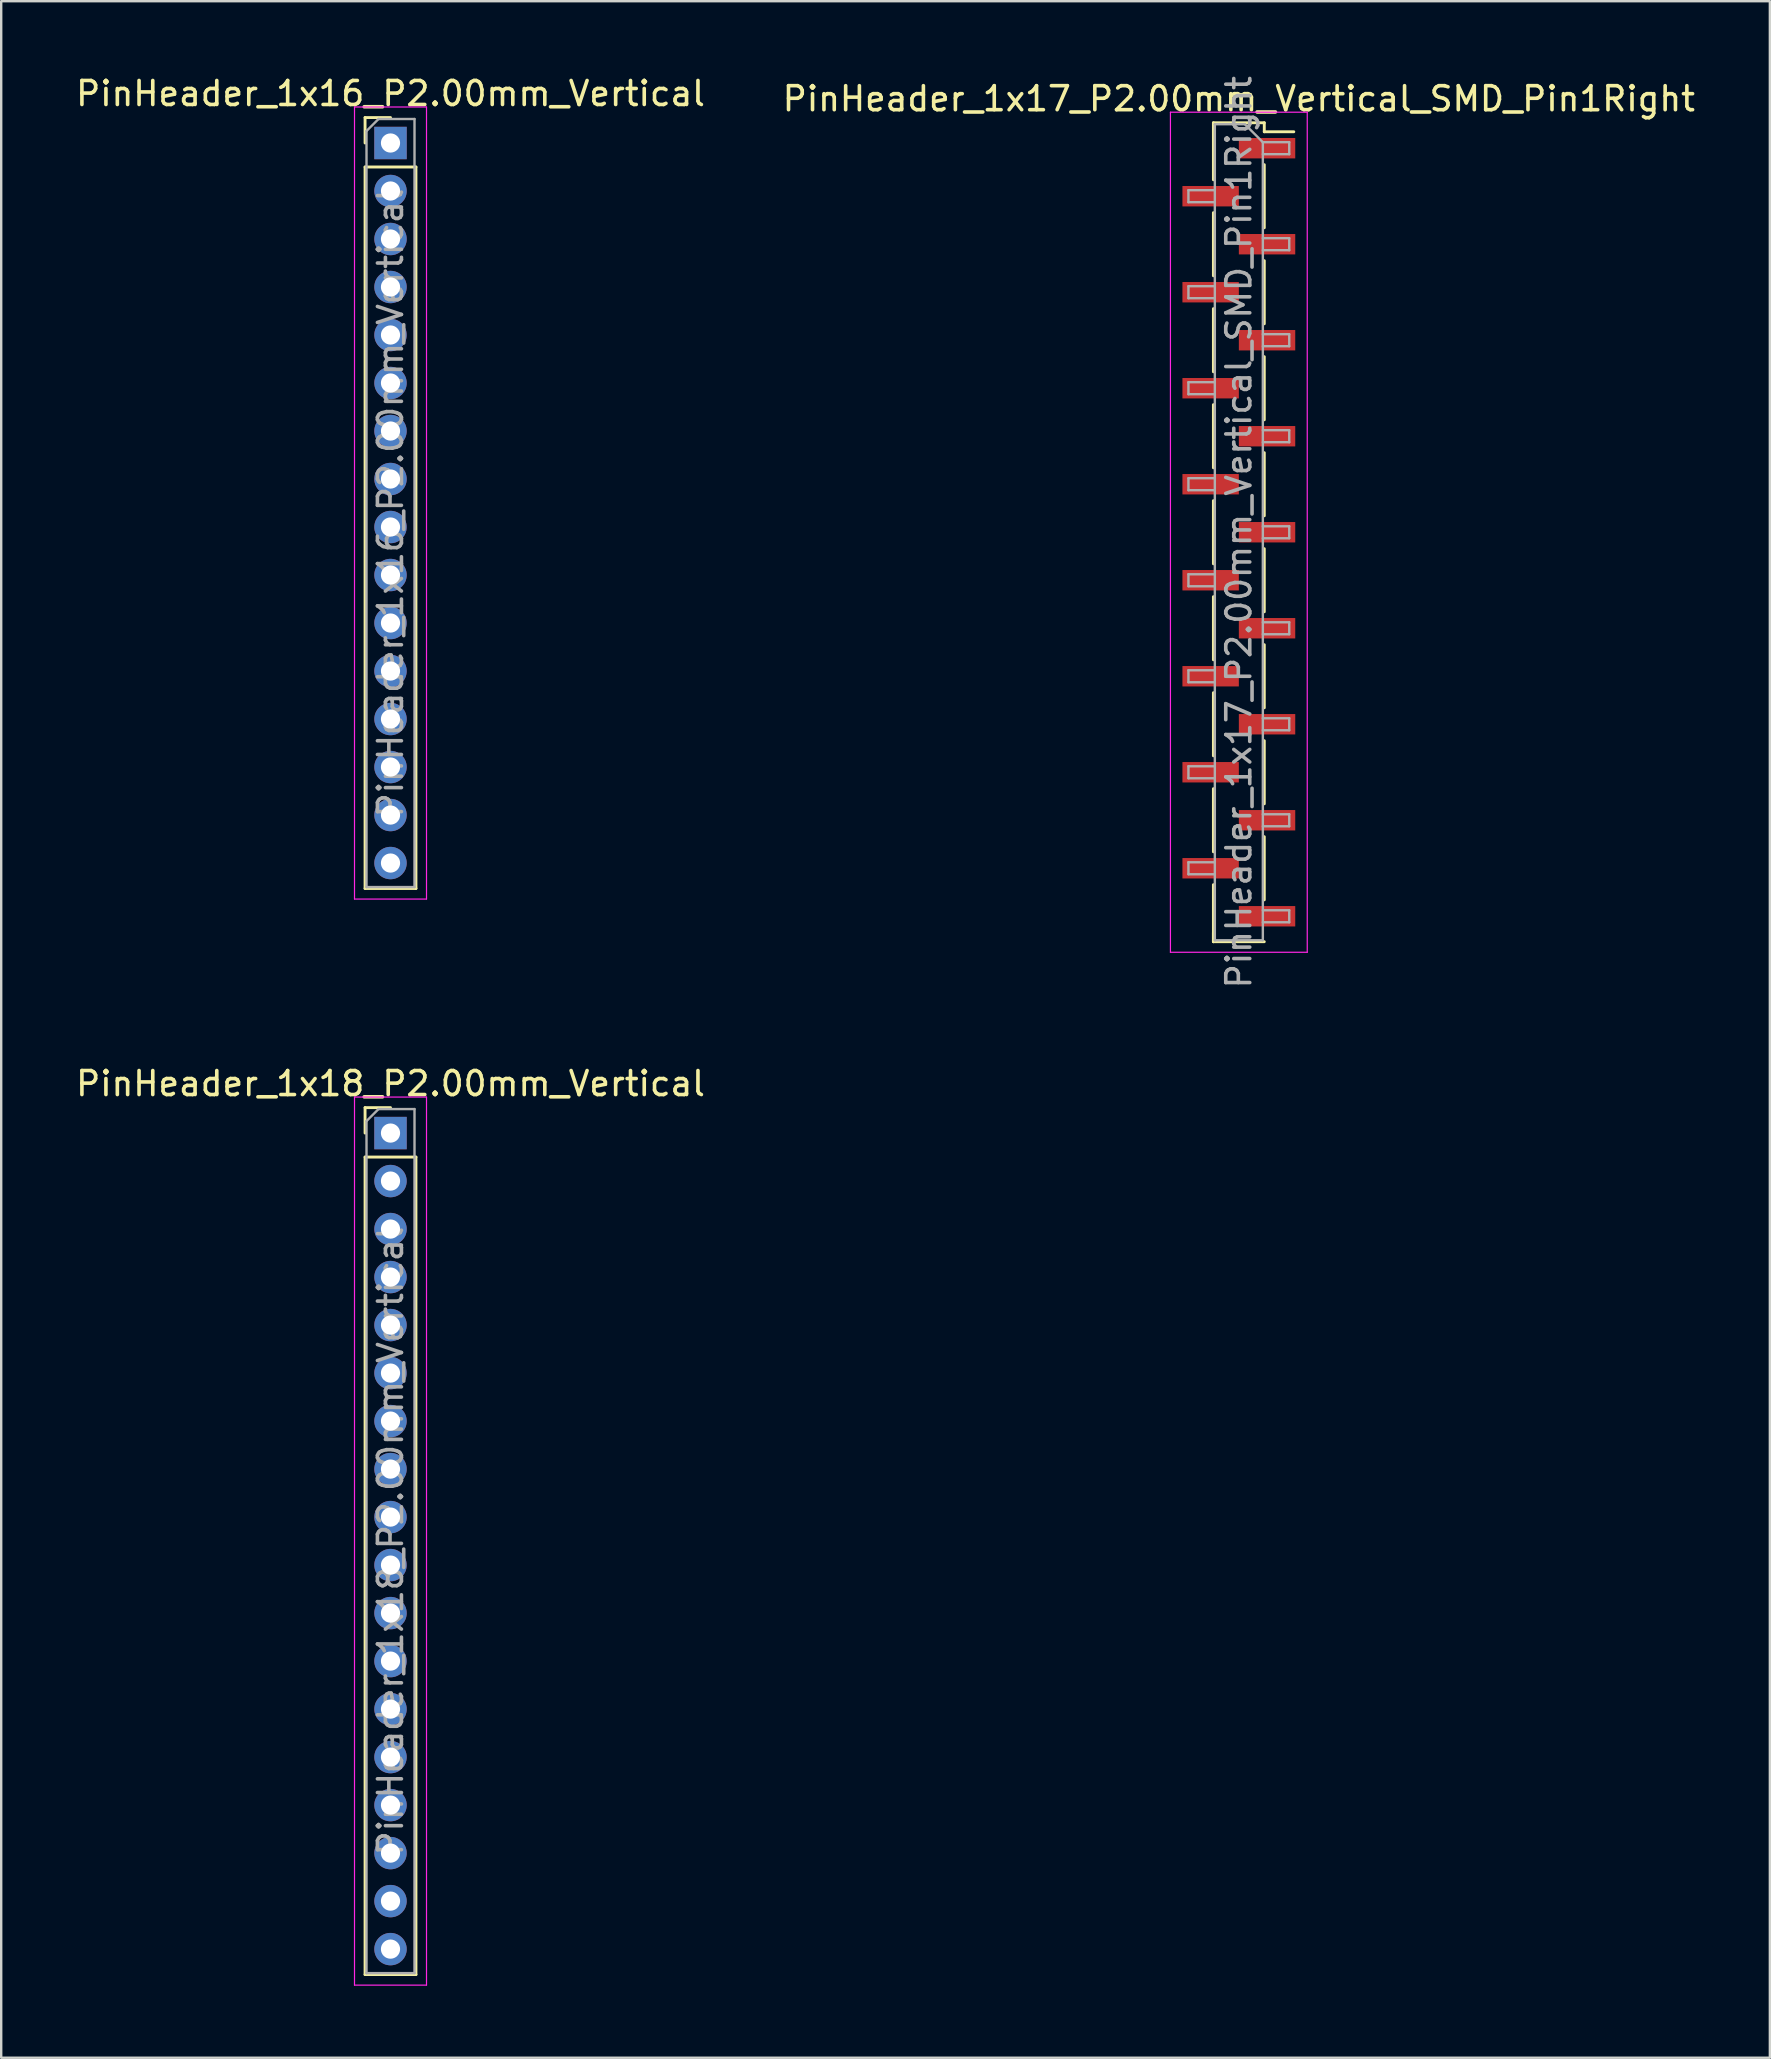
<source format=kicad_pcb>
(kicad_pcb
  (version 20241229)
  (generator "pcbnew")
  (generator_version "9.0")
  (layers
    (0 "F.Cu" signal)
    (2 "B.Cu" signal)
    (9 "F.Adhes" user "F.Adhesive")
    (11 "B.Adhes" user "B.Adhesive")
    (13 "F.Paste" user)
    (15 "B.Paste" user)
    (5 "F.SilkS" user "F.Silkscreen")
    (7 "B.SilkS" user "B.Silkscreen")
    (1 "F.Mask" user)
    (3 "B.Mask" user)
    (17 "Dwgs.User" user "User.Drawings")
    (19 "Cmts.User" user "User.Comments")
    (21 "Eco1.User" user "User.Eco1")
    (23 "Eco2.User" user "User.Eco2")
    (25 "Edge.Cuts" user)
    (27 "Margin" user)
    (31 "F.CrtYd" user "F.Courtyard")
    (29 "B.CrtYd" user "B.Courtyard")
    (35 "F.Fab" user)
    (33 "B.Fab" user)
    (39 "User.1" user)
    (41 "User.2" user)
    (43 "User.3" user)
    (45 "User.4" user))
  (footprint "PinHeader_1x18_P2.00mm_Vertical"
    (layer "F.Cu")
    (at 13.22 44.158)
    (property "Reference" "PinHeader_1x18_P2.00mm_Vertical" (at 0 -2.06 0) (layer "F.SilkS") (effects (font (size 1 1) (thickness 0.15))))
    (attr through_hole)
    (fp_line (start -1.06 -1.06) (end 0 -1.06) (stroke (width 0.12) (type solid)) (layer "F.SilkS"))
    (fp_line (start -1.06 0) (end -1.06 -1.06) (stroke (width 0.12) (type solid)) (layer "F.SilkS"))
    (fp_line (start -1.06 1) (end -1.06 35.06) (stroke (width 0.12) (type solid)) (layer "F.SilkS"))
    (fp_line (start -1.06 1) (end 1.06 1) (stroke (width 0.12) (type solid)) (layer "F.SilkS"))
    (fp_line (start -1.06 35.06) (end 1.06 35.06) (stroke (width 0.12) (type solid)) (layer "F.SilkS"))
    (fp_line (start 1.06 1) (end 1.06 35.06) (stroke (width 0.12) (type solid)) (layer "F.SilkS"))
    (fp_line (start -1.5 -1.5) (end -1.5 35.5) (stroke (width 0.05) (type solid)) (layer "F.CrtYd"))
    (fp_line (start -1.5 35.5) (end 1.5 35.5) (stroke (width 0.05) (type solid)) (layer "F.CrtYd"))
    (fp_line (start 1.5 -1.5) (end -1.5 -1.5) (stroke (width 0.05) (type solid)) (layer "F.CrtYd"))
    (fp_line (start 1.5 35.5) (end 1.5 -1.5) (stroke (width 0.05) (type solid)) (layer "F.CrtYd"))
    (fp_line (start -1 -0.5) (end -0.5 -1) (stroke (width 0.1) (type solid)) (layer "F.Fab"))
    (fp_line (start -1 35) (end -1 -0.5) (stroke (width 0.1) (type solid)) (layer "F.Fab"))
    (fp_line (start -0.5 -1) (end 1 -1) (stroke (width 0.1) (type solid)) (layer "F.Fab"))
    (fp_line (start 1 -1) (end 1 35) (stroke (width 0.1) (type solid)) (layer "F.Fab"))
    (fp_line (start 1 35) (end -1 35) (stroke (width 0.1) (type solid)) (layer "F.Fab"))
    (fp_text user "${REFERENCE}" (at 0 17 90) (layer "F.Fab") (effects (font (size 1 1) (thickness 0.15))))
    (pad "1" thru_hole rect (at 0 0) (size 1.35 1.35) (drill 0.8) (layers "*.Cu" "*.Mask"))
    (pad "2" thru_hole oval (at 0 2) (size 1.35 1.35) (drill 0.8) (layers "*.Cu" "*.Mask"))
    (pad "3" thru_hole oval (at 0 4) (size 1.35 1.35) (drill 0.8) (layers "*.Cu" "*.Mask"))
    (pad "4" thru_hole oval (at 0 6) (size 1.35 1.35) (drill 0.8) (layers "*.Cu" "*.Mask"))
    (pad "5" thru_hole oval (at 0 8) (size 1.35 1.35) (drill 0.8) (layers "*.Cu" "*.Mask"))
    (pad "6" thru_hole oval (at 0 10) (size 1.35 1.35) (drill 0.8) (layers "*.Cu" "*.Mask"))
    (pad "7" thru_hole oval (at 0 12) (size 1.35 1.35) (drill 0.8) (layers "*.Cu" "*.Mask"))
    (pad "8" thru_hole oval (at 0 14) (size 1.35 1.35) (drill 0.8) (layers "*.Cu" "*.Mask"))
    (pad "9" thru_hole oval (at 0 16) (size 1.35 1.35) (drill 0.8) (layers "*.Cu" "*.Mask"))
    (pad "10" thru_hole oval (at 0 18) (size 1.35 1.35) (drill 0.8) (layers "*.Cu" "*.Mask"))
    (pad "11" thru_hole oval (at 0 20) (size 1.35 1.35) (drill 0.8) (layers "*.Cu" "*.Mask"))
    (pad "12" thru_hole oval (at 0 22) (size 1.35 1.35) (drill 0.8) (layers "*.Cu" "*.Mask"))
    (pad "13" thru_hole oval (at 0 24) (size 1.35 1.35) (drill 0.8) (layers "*.Cu" "*.Mask"))
    (pad "14" thru_hole oval (at 0 26) (size 1.35 1.35) (drill 0.8) (layers "*.Cu" "*.Mask"))
    (pad "15" thru_hole oval (at 0 28) (size 1.35 1.35) (drill 0.8) (layers "*.Cu" "*.Mask"))
    (pad "16" thru_hole oval (at 0 30) (size 1.35 1.35) (drill 0.8) (layers "*.Cu" "*.Mask"))
    (pad "17" thru_hole oval (at 0 32) (size 1.35 1.35) (drill 0.8) (layers "*.Cu" "*.Mask"))
    (pad "18" thru_hole oval (at 0 34) (size 1.35 1.35) (drill 0.8) (layers "*.Cu" "*.Mask")))
  (footprint "PinHeader_1x16_P2.00mm_Vertical"
    (layer "F.Cu")
    (at 13.22 2.908)
    (property "Reference" "PinHeader_1x16_P2.00mm_Vertical" (at 0 -2.06 0) (layer "F.SilkS") (effects (font (size 1 1) (thickness 0.15))))
    (attr through_hole)
    (fp_line (start -1.06 -1.06) (end 0 -1.06) (stroke (width 0.12) (type solid)) (layer "F.SilkS"))
    (fp_line (start -1.06 0) (end -1.06 -1.06) (stroke (width 0.12) (type solid)) (layer "F.SilkS"))
    (fp_line (start -1.06 1) (end -1.06 31.06) (stroke (width 0.12) (type solid)) (layer "F.SilkS"))
    (fp_line (start -1.06 1) (end 1.06 1) (stroke (width 0.12) (type solid)) (layer "F.SilkS"))
    (fp_line (start -1.06 31.06) (end 1.06 31.06) (stroke (width 0.12) (type solid)) (layer "F.SilkS"))
    (fp_line (start 1.06 1) (end 1.06 31.06) (stroke (width 0.12) (type solid)) (layer "F.SilkS"))
    (fp_line (start -1.5 -1.5) (end -1.5 31.5) (stroke (width 0.05) (type solid)) (layer "F.CrtYd"))
    (fp_line (start -1.5 31.5) (end 1.5 31.5) (stroke (width 0.05) (type solid)) (layer "F.CrtYd"))
    (fp_line (start 1.5 -1.5) (end -1.5 -1.5) (stroke (width 0.05) (type solid)) (layer "F.CrtYd"))
    (fp_line (start 1.5 31.5) (end 1.5 -1.5) (stroke (width 0.05) (type solid)) (layer "F.CrtYd"))
    (fp_line (start -1 -0.5) (end -0.5 -1) (stroke (width 0.1) (type solid)) (layer "F.Fab"))
    (fp_line (start -1 31) (end -1 -0.5) (stroke (width 0.1) (type solid)) (layer "F.Fab"))
    (fp_line (start -0.5 -1) (end 1 -1) (stroke (width 0.1) (type solid)) (layer "F.Fab"))
    (fp_line (start 1 -1) (end 1 31) (stroke (width 0.1) (type solid)) (layer "F.Fab"))
    (fp_line (start 1 31) (end -1 31) (stroke (width 0.1) (type solid)) (layer "F.Fab"))
    (fp_text user "${REFERENCE}" (at 0 15 90) (layer "F.Fab") (effects (font (size 1 1) (thickness 0.15))))
    (pad "1" thru_hole rect (at 0 0) (size 1.35 1.35) (drill 0.8) (layers "*.Cu" "*.Mask"))
    (pad "2" thru_hole oval (at 0 2) (size 1.35 1.35) (drill 0.8) (layers "*.Cu" "*.Mask"))
    (pad "3" thru_hole oval (at 0 4) (size 1.35 1.35) (drill 0.8) (layers "*.Cu" "*.Mask"))
    (pad "4" thru_hole oval (at 0 6) (size 1.35 1.35) (drill 0.8) (layers "*.Cu" "*.Mask"))
    (pad "5" thru_hole oval (at 0 8) (size 1.35 1.35) (drill 0.8) (layers "*.Cu" "*.Mask"))
    (pad "6" thru_hole oval (at 0 10) (size 1.35 1.35) (drill 0.8) (layers "*.Cu" "*.Mask"))
    (pad "7" thru_hole oval (at 0 12) (size 1.35 1.35) (drill 0.8) (layers "*.Cu" "*.Mask"))
    (pad "8" thru_hole oval (at 0 14) (size 1.35 1.35) (drill 0.8) (layers "*.Cu" "*.Mask"))
    (pad "9" thru_hole oval (at 0 16) (size 1.35 1.35) (drill 0.8) (layers "*.Cu" "*.Mask"))
    (pad "10" thru_hole oval (at 0 18) (size 1.35 1.35) (drill 0.8) (layers "*.Cu" "*.Mask"))
    (pad "11" thru_hole oval (at 0 20) (size 1.35 1.35) (drill 0.8) (layers "*.Cu" "*.Mask"))
    (pad "12" thru_hole oval (at 0 22) (size 1.35 1.35) (drill 0.8) (layers "*.Cu" "*.Mask"))
    (pad "13" thru_hole oval (at 0 24) (size 1.35 1.35) (drill 0.8) (layers "*.Cu" "*.Mask"))
    (pad "14" thru_hole oval (at 0 26) (size 1.35 1.35) (drill 0.8) (layers "*.Cu" "*.Mask"))
    (pad "15" thru_hole oval (at 0 28) (size 1.35 1.35) (drill 0.8) (layers "*.Cu" "*.Mask"))
    (pad "16" thru_hole oval (at 0 30) (size 1.35 1.35) (drill 0.8) (layers "*.Cu" "*.Mask")))
  (footprint "PinHeader_1x17_P2.00mm_Vertical_SMD_Pin1Right"
    (layer "F.Cu")
    (at 48.565 19.125)
    (property "Reference" "PinHeader_1x17_P2.00mm_Vertical_SMD_Pin1Right" (at 0 -18.06 0) (layer "F.SilkS") (effects (font (size 1 1) (thickness 0.15))))
    (attr smd)
    (fp_line (start -1.06 -17.06) (end -1.06 -14.685) (stroke (width 0.12) (type solid)) (layer "F.SilkS"))
    (fp_line (start -1.06 -17.06) (end 1.06 -17.06) (stroke (width 0.12) (type solid)) (layer "F.SilkS"))
    (fp_line (start -1.06 -13.315) (end -1.06 -10.685) (stroke (width 0.12) (type solid)) (layer "F.SilkS"))
    (fp_line (start -1.06 -9.315) (end -1.06 -6.685) (stroke (width 0.12) (type solid)) (layer "F.SilkS"))
    (fp_line (start -1.06 -5.315) (end -1.06 -2.685) (stroke (width 0.12) (type solid)) (layer "F.SilkS"))
    (fp_line (start -1.06 -1.315) (end -1.06 1.315) (stroke (width 0.12) (type solid)) (layer "F.SilkS"))
    (fp_line (start -1.06 2.685) (end -1.06 5.315) (stroke (width 0.12) (type solid)) (layer "F.SilkS"))
    (fp_line (start -1.06 6.685) (end -1.06 9.315) (stroke (width 0.12) (type solid)) (layer "F.SilkS"))
    (fp_line (start -1.06 10.685) (end -1.06 13.315) (stroke (width 0.12) (type solid)) (layer "F.SilkS"))
    (fp_line (start -1.06 14.685) (end -1.06 17.06) (stroke (width 0.12) (type solid)) (layer "F.SilkS"))
    (fp_line (start -1.06 16.685) (end -1.06 17.06) (stroke (width 0.12) (type solid)) (layer "F.SilkS"))
    (fp_line (start -1.06 17.06) (end 1.06 17.06) (stroke (width 0.12) (type solid)) (layer "F.SilkS"))
    (fp_line (start 1.06 -17.06) (end 1.06 -16.685) (stroke (width 0.12) (type solid)) (layer "F.SilkS"))
    (fp_line (start 1.06 -16.685) (end 2.29 -16.685) (stroke (width 0.12) (type solid)) (layer "F.SilkS"))
    (fp_line (start 1.06 -15.315) (end 1.06 -12.685) (stroke (width 0.12) (type solid)) (layer "F.SilkS"))
    (fp_line (start 1.06 -11.315) (end 1.06 -8.685) (stroke (width 0.12) (type solid)) (layer "F.SilkS"))
    (fp_line (start 1.06 -7.315) (end 1.06 -4.685) (stroke (width 0.12) (type solid)) (layer "F.SilkS"))
    (fp_line (start 1.06 -3.315) (end 1.06 -0.685) (stroke (width 0.12) (type solid)) (layer "F.SilkS"))
    (fp_line (start 1.06 0.685) (end 1.06 3.315) (stroke (width 0.12) (type solid)) (layer "F.SilkS"))
    (fp_line (start 1.06 4.685) (end 1.06 7.315) (stroke (width 0.12) (type solid)) (layer "F.SilkS"))
    (fp_line (start 1.06 8.685) (end 1.06 11.315) (stroke (width 0.12) (type solid)) (layer "F.SilkS"))
    (fp_line (start 1.06 12.685) (end 1.06 15.315) (stroke (width 0.12) (type solid)) (layer "F.SilkS"))
    (fp_line (start -2.85 -17.5) (end -2.85 17.5) (stroke (width 0.05) (type solid)) (layer "F.CrtYd"))
    (fp_line (start -2.85 17.5) (end 2.85 17.5) (stroke (width 0.05) (type solid)) (layer "F.CrtYd"))
    (fp_line (start 2.85 -17.5) (end -2.85 -17.5) (stroke (width 0.05) (type solid)) (layer "F.CrtYd"))
    (fp_line (start 2.85 17.5) (end 2.85 -17.5) (stroke (width 0.05) (type solid)) (layer "F.CrtYd"))
    (fp_line (start -2.1 -14.25) (end -2.1 -13.75) (stroke (width 0.1) (type solid)) (layer "F.Fab"))
    (fp_line (start -2.1 -13.75) (end -1 -13.75) (stroke (width 0.1) (type solid)) (layer "F.Fab"))
    (fp_line (start -2.1 -10.25) (end -2.1 -9.75) (stroke (width 0.1) (type solid)) (layer "F.Fab"))
    (fp_line (start -2.1 -9.75) (end -1 -9.75) (stroke (width 0.1) (type solid)) (layer "F.Fab"))
    (fp_line (start -2.1 -6.25) (end -2.1 -5.75) (stroke (width 0.1) (type solid)) (layer "F.Fab"))
    (fp_line (start -2.1 -5.75) (end -1 -5.75) (stroke (width 0.1) (type solid)) (layer "F.Fab"))
    (fp_line (start -2.1 -2.25) (end -2.1 -1.75) (stroke (width 0.1) (type solid)) (layer "F.Fab"))
    (fp_line (start -2.1 -1.75) (end -1 -1.75) (stroke (width 0.1) (type solid)) (layer "F.Fab"))
    (fp_line (start -2.1 1.75) (end -2.1 2.25) (stroke (width 0.1) (type solid)) (layer "F.Fab"))
    (fp_line (start -2.1 2.25) (end -1 2.25) (stroke (width 0.1) (type solid)) (layer "F.Fab"))
    (fp_line (start -2.1 5.75) (end -2.1 6.25) (stroke (width 0.1) (type solid)) (layer "F.Fab"))
    (fp_line (start -2.1 6.25) (end -1 6.25) (stroke (width 0.1) (type solid)) (layer "F.Fab"))
    (fp_line (start -2.1 9.75) (end -2.1 10.25) (stroke (width 0.1) (type solid)) (layer "F.Fab"))
    (fp_line (start -2.1 10.25) (end -1 10.25) (stroke (width 0.1) (type solid)) (layer "F.Fab"))
    (fp_line (start -2.1 13.75) (end -2.1 14.25) (stroke (width 0.1) (type solid)) (layer "F.Fab"))
    (fp_line (start -2.1 14.25) (end -1 14.25) (stroke (width 0.1) (type solid)) (layer "F.Fab"))
    (fp_line (start -1 -17) (end -1 17) (stroke (width 0.1) (type solid)) (layer "F.Fab"))
    (fp_line (start -1 -17) (end 0.25 -17) (stroke (width 0.1) (type solid)) (layer "F.Fab"))
    (fp_line (start -1 -14.25) (end -2.1 -14.25) (stroke (width 0.1) (type solid)) (layer "F.Fab"))
    (fp_line (start -1 -10.25) (end -2.1 -10.25) (stroke (width 0.1) (type solid)) (layer "F.Fab"))
    (fp_line (start -1 -6.25) (end -2.1 -6.25) (stroke (width 0.1) (type solid)) (layer "F.Fab"))
    (fp_line (start -1 -2.25) (end -2.1 -2.25) (stroke (width 0.1) (type solid)) (layer "F.Fab"))
    (fp_line (start -1 1.75) (end -2.1 1.75) (stroke (width 0.1) (type solid)) (layer "F.Fab"))
    (fp_line (start -1 5.75) (end -2.1 5.75) (stroke (width 0.1) (type solid)) (layer "F.Fab"))
    (fp_line (start -1 9.75) (end -2.1 9.75) (stroke (width 0.1) (type solid)) (layer "F.Fab"))
    (fp_line (start -1 13.75) (end -2.1 13.75) (stroke (width 0.1) (type solid)) (layer "F.Fab"))
    (fp_line (start 1 -16.25) (end 0.25 -17) (stroke (width 0.1) (type solid)) (layer "F.Fab"))
    (fp_line (start 1 -16.25) (end 2.1 -16.25) (stroke (width 0.1) (type solid)) (layer "F.Fab"))
    (fp_line (start 1 -12.25) (end 2.1 -12.25) (stroke (width 0.1) (type solid)) (layer "F.Fab"))
    (fp_line (start 1 -8.25) (end 2.1 -8.25) (stroke (width 0.1) (type solid)) (layer "F.Fab"))
    (fp_line (start 1 -4.25) (end 2.1 -4.25) (stroke (width 0.1) (type solid)) (layer "F.Fab"))
    (fp_line (start 1 -0.25) (end 2.1 -0.25) (stroke (width 0.1) (type solid)) (layer "F.Fab"))
    (fp_line (start 1 3.75) (end 2.1 3.75) (stroke (width 0.1) (type solid)) (layer "F.Fab"))
    (fp_line (start 1 7.75) (end 2.1 7.75) (stroke (width 0.1) (type solid)) (layer "F.Fab"))
    (fp_line (start 1 11.75) (end 2.1 11.75) (stroke (width 0.1) (type solid)) (layer "F.Fab"))
    (fp_line (start 1 15.75) (end 2.1 15.75) (stroke (width 0.1) (type solid)) (layer "F.Fab"))
    (fp_line (start 1 17) (end -1 17) (stroke (width 0.1) (type solid)) (layer "F.Fab"))
    (fp_line (start 1 17) (end 1 -16.25) (stroke (width 0.1) (type solid)) (layer "F.Fab"))
    (fp_line (start 2.1 -16.25) (end 2.1 -15.75) (stroke (width 0.1) (type solid)) (layer "F.Fab"))
    (fp_line (start 2.1 -15.75) (end 1 -15.75) (stroke (width 0.1) (type solid)) (layer "F.Fab"))
    (fp_line (start 2.1 -12.25) (end 2.1 -11.75) (stroke (width 0.1) (type solid)) (layer "F.Fab"))
    (fp_line (start 2.1 -11.75) (end 1 -11.75) (stroke (width 0.1) (type solid)) (layer "F.Fab"))
    (fp_line (start 2.1 -8.25) (end 2.1 -7.75) (stroke (width 0.1) (type solid)) (layer "F.Fab"))
    (fp_line (start 2.1 -7.75) (end 1 -7.75) (stroke (width 0.1) (type solid)) (layer "F.Fab"))
    (fp_line (start 2.1 -4.25) (end 2.1 -3.75) (stroke (width 0.1) (type solid)) (layer "F.Fab"))
    (fp_line (start 2.1 -3.75) (end 1 -3.75) (stroke (width 0.1) (type solid)) (layer "F.Fab"))
    (fp_line (start 2.1 -0.25) (end 2.1 0.25) (stroke (width 0.1) (type solid)) (layer "F.Fab"))
    (fp_line (start 2.1 0.25) (end 1 0.25) (stroke (width 0.1) (type solid)) (layer "F.Fab"))
    (fp_line (start 2.1 3.75) (end 2.1 4.25) (stroke (width 0.1) (type solid)) (layer "F.Fab"))
    (fp_line (start 2.1 4.25) (end 1 4.25) (stroke (width 0.1) (type solid)) (layer "F.Fab"))
    (fp_line (start 2.1 7.75) (end 2.1 8.25) (stroke (width 0.1) (type solid)) (layer "F.Fab"))
    (fp_line (start 2.1 8.25) (end 1 8.25) (stroke (width 0.1) (type solid)) (layer "F.Fab"))
    (fp_line (start 2.1 11.75) (end 2.1 12.25) (stroke (width 0.1) (type solid)) (layer "F.Fab"))
    (fp_line (start 2.1 12.25) (end 1 12.25) (stroke (width 0.1) (type solid)) (layer "F.Fab"))
    (fp_line (start 2.1 15.75) (end 2.1 16.25) (stroke (width 0.1) (type solid)) (layer "F.Fab"))
    (fp_line (start 2.1 16.25) (end 1 16.25) (stroke (width 0.1) (type solid)) (layer "F.Fab"))
    (fp_text user "${REFERENCE}" (at 0 0 90) (layer "F.Fab") (effects (font (size 1 1) (thickness 0.15))))
    (pad "1" smd rect (at 1.175 -16) (size 2.35 0.85) (layers "F.Cu" "F.Mask" "F.Paste"))
    (pad "2" smd rect (at -1.175 -14) (size 2.35 0.85) (layers "F.Cu" "F.Mask" "F.Paste"))
    (pad "3" smd rect (at 1.175 -12) (size 2.35 0.85) (layers "F.Cu" "F.Mask" "F.Paste"))
    (pad "4" smd rect (at -1.175 -10) (size 2.35 0.85) (layers "F.Cu" "F.Mask" "F.Paste"))
    (pad "5" smd rect (at 1.175 -8) (size 2.35 0.85) (layers "F.Cu" "F.Mask" "F.Paste"))
    (pad "6" smd rect (at -1.175 -6) (size 2.35 0.85) (layers "F.Cu" "F.Mask" "F.Paste"))
    (pad "7" smd rect (at 1.175 -4) (size 2.35 0.85) (layers "F.Cu" "F.Mask" "F.Paste"))
    (pad "8" smd rect (at -1.175 -2) (size 2.35 0.85) (layers "F.Cu" "F.Mask" "F.Paste"))
    (pad "9" smd rect (at 1.175 0) (size 2.35 0.85) (layers "F.Cu" "F.Mask" "F.Paste"))
    (pad "10" smd rect (at -1.175 2) (size 2.35 0.85) (layers "F.Cu" "F.Mask" "F.Paste"))
    (pad "11" smd rect (at 1.175 4) (size 2.35 0.85) (layers "F.Cu" "F.Mask" "F.Paste"))
    (pad "12" smd rect (at -1.175 6) (size 2.35 0.85) (layers "F.Cu" "F.Mask" "F.Paste"))
    (pad "13" smd rect (at 1.175 8) (size 2.35 0.85) (layers "F.Cu" "F.Mask" "F.Paste"))
    (pad "14" smd rect (at -1.175 10) (size 2.35 0.85) (layers "F.Cu" "F.Mask" "F.Paste"))
    (pad "15" smd rect (at 1.175 12) (size 2.35 0.85) (layers "F.Cu" "F.Mask" "F.Paste"))
    (pad "16" smd rect (at -1.175 14) (size 2.35 0.85) (layers "F.Cu" "F.Mask" "F.Paste"))
    (pad "17" smd rect (at 1.175 16) (size 2.35 0.85) (layers "F.Cu" "F.Mask" "F.Paste")))
  (gr_rect
    (start -3 -3)
    (end 70.69 82.683)
    (stroke (width 0.1) (type default))
    (fill no)
    (layer "Edge.Cuts")))
</source>
